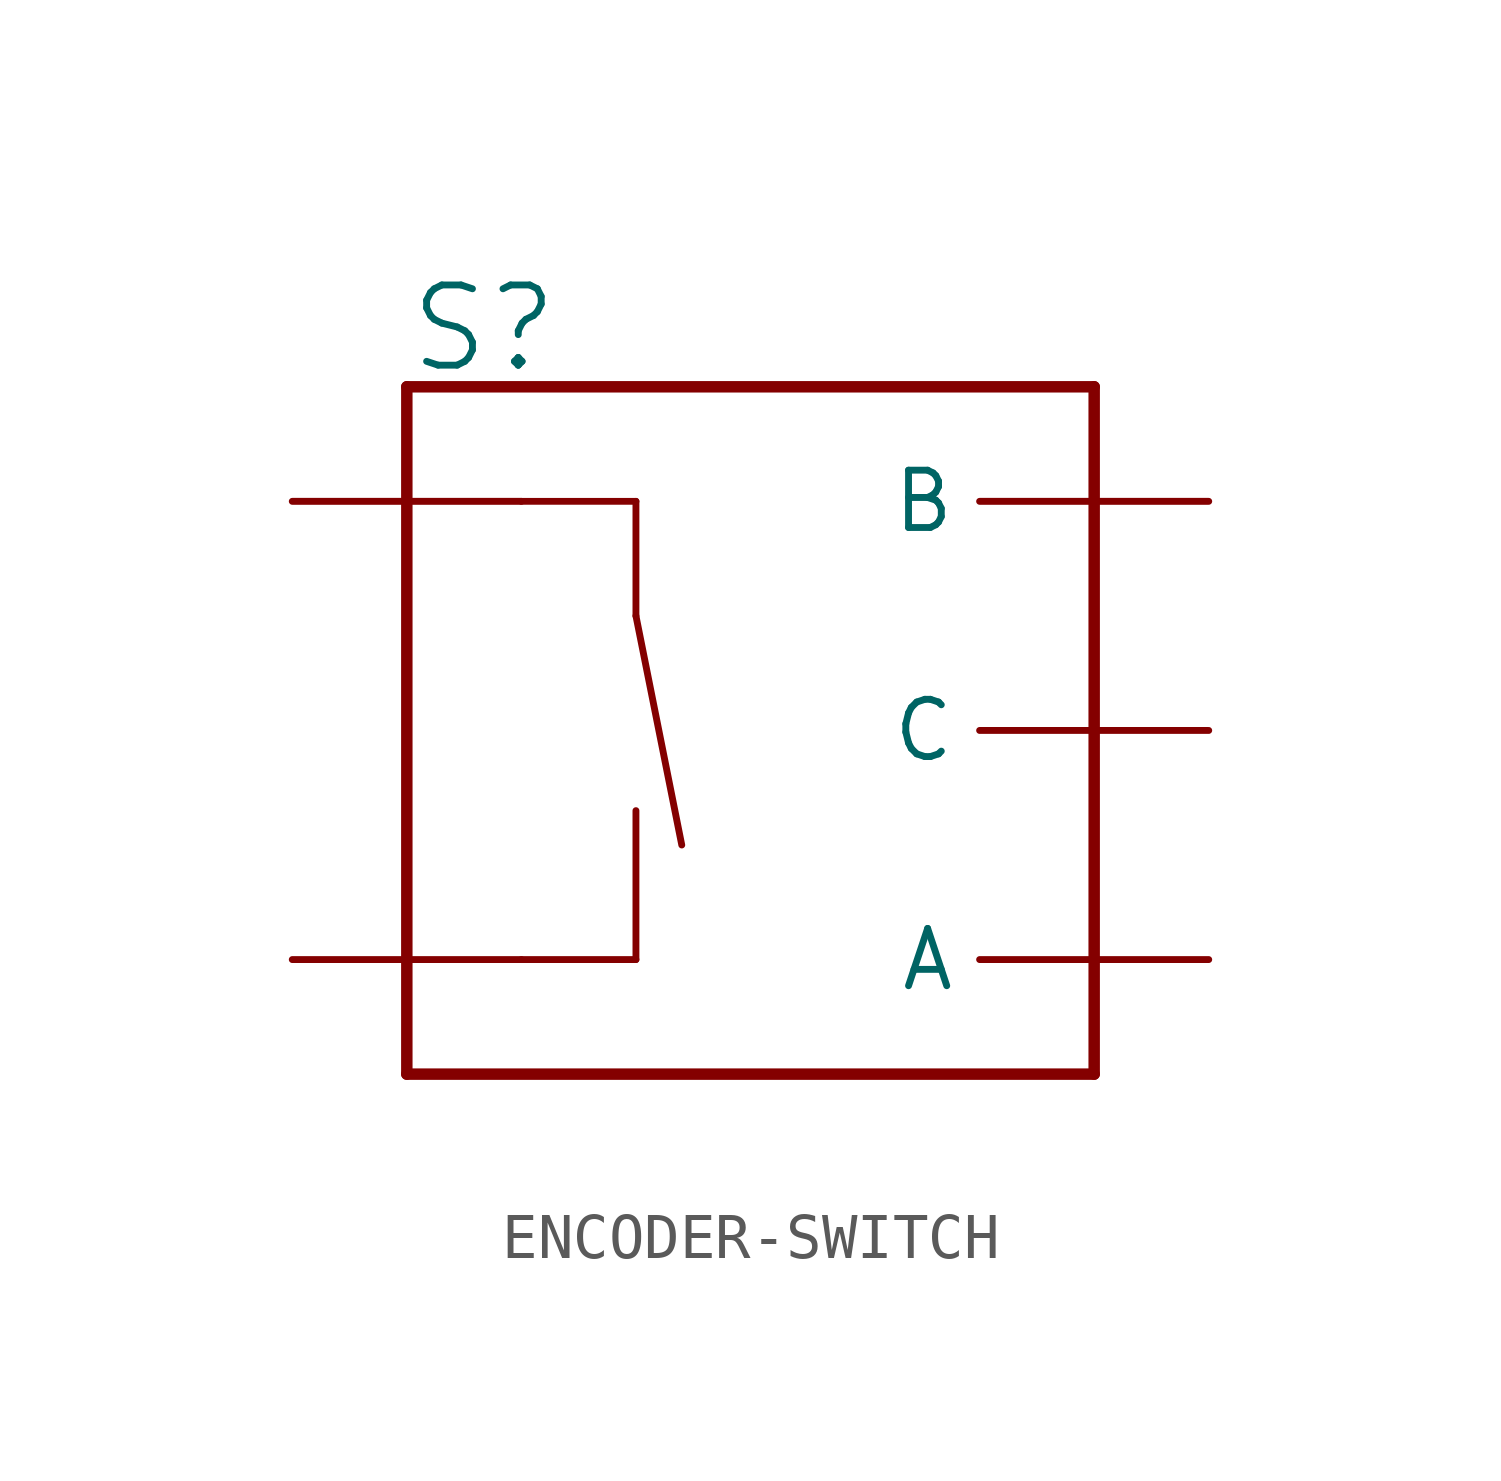
<source format=kicad_sym>
(kicad_symbol_lib
  (version 20231120)
  (generator "kicad_symbol_editor")
  (generator_version "8.0")
  (symbol "ENCODER-SWITCH"
    (property "Reference" "S"
      (at -7.62 7.874 0)
      (effects (font (size 1.778 1.778)) (justify left bottom)))
    (property "Value" ""
      (at -7.62 -7.874 0)
      (effects (font (size 1.778 1.778)) (justify left top)))
    (property "ki_locked" ""
      (at 0 0 0)
      (effects (font (size 1.27 1.27))))
    (symbol "ENCODER-SWITCH_1_0"
      (polyline (pts (xy -7.62 -7.62) (xy -7.62 7.62)) (stroke (width 0.254) (type solid)) (fill (type none)))
      (polyline (pts (xy -7.62 7.62) (xy 7.62 7.62)) (stroke (width 0.254) (type solid)) (fill (type none)))
      (polyline (pts (xy -5.08 -5.08) (xy -2.54 -5.08)) (stroke (width 0.152) (type solid)) (fill (type none)))
      (polyline (pts (xy -5.08 5.08) (xy -2.54 5.08)) (stroke (width 0.152) (type solid)) (fill (type none)))
      (polyline (pts (xy -2.54 -5.08) (xy -2.54 -1.778)) (stroke (width 0.152) (type solid)) (fill (type none)))
      (polyline (pts (xy -2.54 2.54) (xy -1.524 -2.54)) (stroke (width 0.152) (type solid)) (fill (type none)))
      (polyline (pts (xy -2.54 5.08) (xy -2.54 2.54)) (stroke (width 0.152) (type solid)) (fill (type none)))
      (polyline (pts (xy 7.62 -7.62) (xy -7.62 -7.62)) (stroke (width 0.254) (type solid)) (fill (type none)))
      (polyline (pts (xy 7.62 7.62) (xy 7.62 -7.62)) (stroke (width 0.254) (type solid)) (fill (type none)))
      (pin bidirectional line (at 10.16 -5.08 180) (length 5.08) (name "A" (effects (font (size 1.27 1.27)))) (number "A" (effects (font (size 0 0)))))
      (pin bidirectional line (at 10.16 5.08 180) (length 5.08) (name "B" (effects (font (size 1.27 1.27)))) (number "B" (effects (font (size 0 0)))))
      (pin bidirectional line (at 10.16 0 180) (length 5.08) (name "C" (effects (font (size 1.27 1.27)))) (number "C" (effects (font (size 0 0)))))
      (pin bidirectional line (at -10.16 5.08 0) (length 5.08) (name "SW+" (effects (font (size 0 0)))) (number "SW+" (effects (font (size 0 0)))))
      (pin bidirectional line (at -10.16 -5.08 0) (length 5.08) (name "SW-" (effects (font (size 0 0)))) (number "SW-" (effects (font (size 0 0))))))))
</source>
